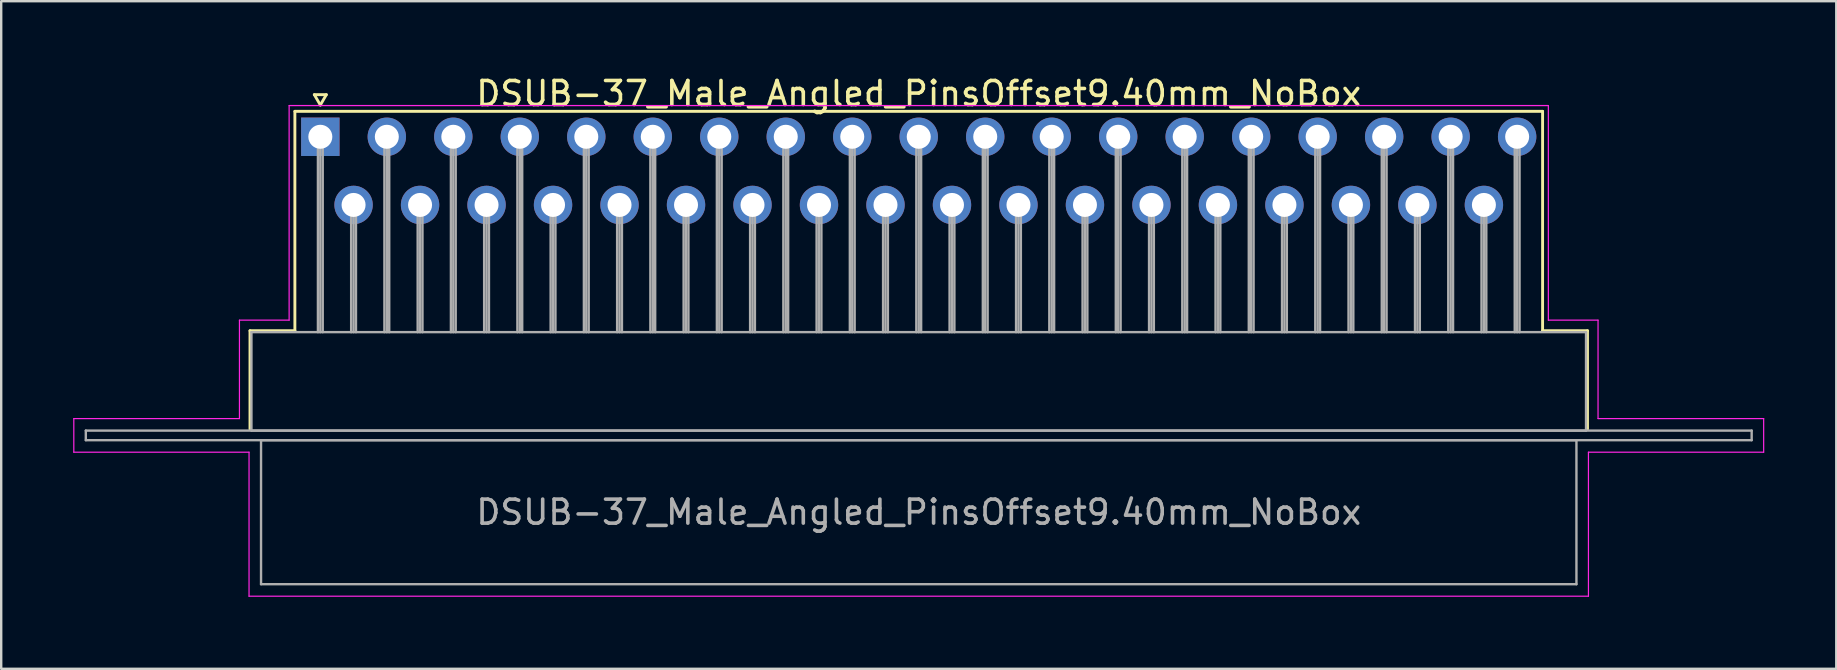
<source format=kicad_pcb>
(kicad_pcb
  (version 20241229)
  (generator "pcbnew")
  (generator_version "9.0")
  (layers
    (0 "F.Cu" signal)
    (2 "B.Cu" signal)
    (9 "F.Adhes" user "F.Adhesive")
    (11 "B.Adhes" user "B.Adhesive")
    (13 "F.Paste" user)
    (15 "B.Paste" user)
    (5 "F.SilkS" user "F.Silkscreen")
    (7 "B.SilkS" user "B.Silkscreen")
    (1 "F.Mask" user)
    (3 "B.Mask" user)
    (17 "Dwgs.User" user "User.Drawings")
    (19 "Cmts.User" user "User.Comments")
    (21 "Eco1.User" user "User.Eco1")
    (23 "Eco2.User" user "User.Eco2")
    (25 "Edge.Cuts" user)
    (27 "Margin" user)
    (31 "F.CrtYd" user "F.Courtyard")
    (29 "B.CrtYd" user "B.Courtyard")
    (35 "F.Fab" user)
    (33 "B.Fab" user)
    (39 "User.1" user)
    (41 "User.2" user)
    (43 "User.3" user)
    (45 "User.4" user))
  (footprint "DSUB-37_Male_Angled_PinsOffset9.40mm_NoBox"
    (layer "F.Cu")
    (at 10.295 2.648)
    (property "Reference" "DSUB-37_Male_Angled_PinsOffset9.40mm_NoBox" (at 24.93 -1.8 0) (layer "F.SilkS") (effects (font (size 1 1) (thickness 0.15))))
    (attr through_hole)
    (fp_line (start -2.93 8.08) (end -1.06 8.08) (stroke (width 0.12) (type solid)) (layer "F.SilkS"))
    (fp_line (start -2.93 12.18) (end -2.93 8.08) (stroke (width 0.12) (type solid)) (layer "F.SilkS"))
    (fp_line (start -1.06 -1.06) (end 50.92 -1.06) (stroke (width 0.12) (type solid)) (layer "F.SilkS"))
    (fp_line (start -1.06 8.08) (end -1.06 -1.06) (stroke (width 0.12) (type solid)) (layer "F.SilkS"))
    (fp_line (start -0.25 -1.754) (end 0.25 -1.754) (stroke (width 0.12) (type solid)) (layer "F.SilkS"))
    (fp_line (start 0 -1.321) (end -0.25 -1.754) (stroke (width 0.12) (type solid)) (layer "F.SilkS"))
    (fp_line (start 0.25 -1.754) (end 0 -1.321) (stroke (width 0.12) (type solid)) (layer "F.SilkS"))
    (fp_line (start 50.92 -1.06) (end 50.92 8.08) (stroke (width 0.12) (type solid)) (layer "F.SilkS"))
    (fp_line (start 50.92 8.08) (end 52.79 8.08) (stroke (width 0.12) (type solid)) (layer "F.SilkS"))
    (fp_line (start 52.79 8.08) (end 52.79 12.18) (stroke (width 0.12) (type solid)) (layer "F.SilkS"))
    (fp_line (start -10.27 11.74) (end -3.37 11.74) (stroke (width 0.05) (type solid)) (layer "F.CrtYd"))
    (fp_line (start -10.27 13.14) (end -10.27 11.74) (stroke (width 0.05) (type solid)) (layer "F.CrtYd"))
    (fp_line (start -3.37 7.64) (end -1.3 7.64) (stroke (width 0.05) (type solid)) (layer "F.CrtYd"))
    (fp_line (start -3.37 11.74) (end -3.37 7.64) (stroke (width 0.05) (type solid)) (layer "F.CrtYd"))
    (fp_line (start -2.97 13.14) (end -10.27 13.14) (stroke (width 0.05) (type solid)) (layer "F.CrtYd"))
    (fp_line (start -2.97 19.14) (end -2.97 13.14) (stroke (width 0.05) (type solid)) (layer "F.CrtYd"))
    (fp_line (start -1.3 -1.3) (end 51.16 -1.3) (stroke (width 0.05) (type solid)) (layer "F.CrtYd"))
    (fp_line (start -1.3 7.64) (end -1.3 -1.3) (stroke (width 0.05) (type solid)) (layer "F.CrtYd"))
    (fp_line (start 51.16 -1.3) (end 51.16 7.64) (stroke (width 0.05) (type solid)) (layer "F.CrtYd"))
    (fp_line (start 51.16 7.64) (end 53.23 7.64) (stroke (width 0.05) (type solid)) (layer "F.CrtYd"))
    (fp_line (start 52.83 13.14) (end 52.83 19.14) (stroke (width 0.05) (type solid)) (layer "F.CrtYd"))
    (fp_line (start 52.83 19.14) (end -2.97 19.14) (stroke (width 0.05) (type solid)) (layer "F.CrtYd"))
    (fp_line (start 53.23 7.64) (end 53.23 11.74) (stroke (width 0.05) (type solid)) (layer "F.CrtYd"))
    (fp_line (start 53.23 11.74) (end 60.13 11.74) (stroke (width 0.05) (type solid)) (layer "F.CrtYd"))
    (fp_line (start 60.13 11.74) (end 60.13 13.14) (stroke (width 0.05) (type solid)) (layer "F.CrtYd"))
    (fp_line (start 60.13 13.14) (end 52.83 13.14) (stroke (width 0.05) (type solid)) (layer "F.CrtYd"))
    (fp_line (start -9.77 12.24) (end -9.77 12.64) (stroke (width 0.1) (type solid)) (layer "F.Fab"))
    (fp_line (start -9.77 12.64) (end 59.63 12.64) (stroke (width 0.1) (type solid)) (layer "F.Fab"))
    (fp_line (start -2.87 8.14) (end -2.87 12.24) (stroke (width 0.1) (type solid)) (layer "F.Fab"))
    (fp_line (start -2.87 12.24) (end 52.73 12.24) (stroke (width 0.1) (type solid)) (layer "F.Fab"))
    (fp_line (start -2.47 12.64) (end -2.47 18.64) (stroke (width 0.1) (type solid)) (layer "F.Fab"))
    (fp_line (start -2.47 18.64) (end 52.33 18.64) (stroke (width 0.1) (type solid)) (layer "F.Fab"))
    (fp_line (start -0.1 0) (end -0.1 8.14) (stroke (width 0.1) (type solid)) (layer "F.Fab"))
    (fp_line (start 0 0) (end 0 8.14) (stroke (width 0.1) (type solid)) (layer "F.Fab"))
    (fp_line (start 0.1 0) (end 0.1 8.14) (stroke (width 0.1) (type solid)) (layer "F.Fab"))
    (fp_line (start 1.285 2.84) (end 1.285 8.14) (stroke (width 0.1) (type solid)) (layer "F.Fab"))
    (fp_line (start 1.385 2.84) (end 1.385 8.14) (stroke (width 0.1) (type solid)) (layer "F.Fab"))
    (fp_line (start 1.485 2.84) (end 1.485 8.14) (stroke (width 0.1) (type solid)) (layer "F.Fab"))
    (fp_line (start 2.67 0) (end 2.67 8.14) (stroke (width 0.1) (type solid)) (layer "F.Fab"))
    (fp_line (start 2.77 0) (end 2.77 8.14) (stroke (width 0.1) (type solid)) (layer "F.Fab"))
    (fp_line (start 2.87 0) (end 2.87 8.14) (stroke (width 0.1) (type solid)) (layer "F.Fab"))
    (fp_line (start 4.055 2.84) (end 4.055 8.14) (stroke (width 0.1) (type solid)) (layer "F.Fab"))
    (fp_line (start 4.155 2.84) (end 4.155 8.14) (stroke (width 0.1) (type solid)) (layer "F.Fab"))
    (fp_line (start 4.255 2.84) (end 4.255 8.14) (stroke (width 0.1) (type solid)) (layer "F.Fab"))
    (fp_line (start 5.44 0) (end 5.44 8.14) (stroke (width 0.1) (type solid)) (layer "F.Fab"))
    (fp_line (start 5.54 0) (end 5.54 8.14) (stroke (width 0.1) (type solid)) (layer "F.Fab"))
    (fp_line (start 5.64 0) (end 5.64 8.14) (stroke (width 0.1) (type solid)) (layer "F.Fab"))
    (fp_line (start 6.825 2.84) (end 6.825 8.14) (stroke (width 0.1) (type solid)) (layer "F.Fab"))
    (fp_line (start 6.925 2.84) (end 6.925 8.14) (stroke (width 0.1) (type solid)) (layer "F.Fab"))
    (fp_line (start 7.025 2.84) (end 7.025 8.14) (stroke (width 0.1) (type solid)) (layer "F.Fab"))
    (fp_line (start 8.21 0) (end 8.21 8.14) (stroke (width 0.1) (type solid)) (layer "F.Fab"))
    (fp_line (start 8.31 0) (end 8.31 8.14) (stroke (width 0.1) (type solid)) (layer "F.Fab"))
    (fp_line (start 8.41 0) (end 8.41 8.14) (stroke (width 0.1) (type solid)) (layer "F.Fab"))
    (fp_line (start 9.595 2.84) (end 9.595 8.14) (stroke (width 0.1) (type solid)) (layer "F.Fab"))
    (fp_line (start 9.695 2.84) (end 9.695 8.14) (stroke (width 0.1) (type solid)) (layer "F.Fab"))
    (fp_line (start 9.795 2.84) (end 9.795 8.14) (stroke (width 0.1) (type solid)) (layer "F.Fab"))
    (fp_line (start 10.98 0) (end 10.98 8.14) (stroke (width 0.1) (type solid)) (layer "F.Fab"))
    (fp_line (start 11.08 0) (end 11.08 8.14) (stroke (width 0.1) (type solid)) (layer "F.Fab"))
    (fp_line (start 11.18 0) (end 11.18 8.14) (stroke (width 0.1) (type solid)) (layer "F.Fab"))
    (fp_line (start 12.365 2.84) (end 12.365 8.14) (stroke (width 0.1) (type solid)) (layer "F.Fab"))
    (fp_line (start 12.465 2.84) (end 12.465 8.14) (stroke (width 0.1) (type solid)) (layer "F.Fab"))
    (fp_line (start 12.565 2.84) (end 12.565 8.14) (stroke (width 0.1) (type solid)) (layer "F.Fab"))
    (fp_line (start 13.75 0) (end 13.75 8.14) (stroke (width 0.1) (type solid)) (layer "F.Fab"))
    (fp_line (start 13.85 0) (end 13.85 8.14) (stroke (width 0.1) (type solid)) (layer "F.Fab"))
    (fp_line (start 13.95 0) (end 13.95 8.14) (stroke (width 0.1) (type solid)) (layer "F.Fab"))
    (fp_line (start 15.135 2.84) (end 15.135 8.14) (stroke (width 0.1) (type solid)) (layer "F.Fab"))
    (fp_line (start 15.235 2.84) (end 15.235 8.14) (stroke (width 0.1) (type solid)) (layer "F.Fab"))
    (fp_line (start 15.335 2.84) (end 15.335 8.14) (stroke (width 0.1) (type solid)) (layer "F.Fab"))
    (fp_line (start 16.52 0) (end 16.52 8.14) (stroke (width 0.1) (type solid)) (layer "F.Fab"))
    (fp_line (start 16.62 0) (end 16.62 8.14) (stroke (width 0.1) (type solid)) (layer "F.Fab"))
    (fp_line (start 16.72 0) (end 16.72 8.14) (stroke (width 0.1) (type solid)) (layer "F.Fab"))
    (fp_line (start 17.905 2.84) (end 17.905 8.14) (stroke (width 0.1) (type solid)) (layer "F.Fab"))
    (fp_line (start 18.005 2.84) (end 18.005 8.14) (stroke (width 0.1) (type solid)) (layer "F.Fab"))
    (fp_line (start 18.105 2.84) (end 18.105 8.14) (stroke (width 0.1) (type solid)) (layer "F.Fab"))
    (fp_line (start 19.29 0) (end 19.29 8.14) (stroke (width 0.1) (type solid)) (layer "F.Fab"))
    (fp_line (start 19.39 0) (end 19.39 8.14) (stroke (width 0.1) (type solid)) (layer "F.Fab"))
    (fp_line (start 19.49 0) (end 19.49 8.14) (stroke (width 0.1) (type solid)) (layer "F.Fab"))
    (fp_line (start 20.675 2.84) (end 20.675 8.14) (stroke (width 0.1) (type solid)) (layer "F.Fab"))
    (fp_line (start 20.775 2.84) (end 20.775 8.14) (stroke (width 0.1) (type solid)) (layer "F.Fab"))
    (fp_line (start 20.875 2.84) (end 20.875 8.14) (stroke (width 0.1) (type solid)) (layer "F.Fab"))
    (fp_line (start 22.06 0) (end 22.06 8.14) (stroke (width 0.1) (type solid)) (layer "F.Fab"))
    (fp_line (start 22.16 0) (end 22.16 8.14) (stroke (width 0.1) (type solid)) (layer "F.Fab"))
    (fp_line (start 22.26 0) (end 22.26 8.14) (stroke (width 0.1) (type solid)) (layer "F.Fab"))
    (fp_line (start 23.445 2.84) (end 23.445 8.14) (stroke (width 0.1) (type solid)) (layer "F.Fab"))
    (fp_line (start 23.545 2.84) (end 23.545 8.14) (stroke (width 0.1) (type solid)) (layer "F.Fab"))
    (fp_line (start 23.645 2.84) (end 23.645 8.14) (stroke (width 0.1) (type solid)) (layer "F.Fab"))
    (fp_line (start 24.83 0) (end 24.83 8.14) (stroke (width 0.1) (type solid)) (layer "F.Fab"))
    (fp_line (start 24.93 0) (end 24.93 8.14) (stroke (width 0.1) (type solid)) (layer "F.Fab"))
    (fp_line (start 25.03 0) (end 25.03 8.14) (stroke (width 0.1) (type solid)) (layer "F.Fab"))
    (fp_line (start 26.215 2.84) (end 26.215 8.14) (stroke (width 0.1) (type solid)) (layer "F.Fab"))
    (fp_line (start 26.315 2.84) (end 26.315 8.14) (stroke (width 0.1) (type solid)) (layer "F.Fab"))
    (fp_line (start 26.415 2.84) (end 26.415 8.14) (stroke (width 0.1) (type solid)) (layer "F.Fab"))
    (fp_line (start 27.6 0) (end 27.6 8.14) (stroke (width 0.1) (type solid)) (layer "F.Fab"))
    (fp_line (start 27.7 0) (end 27.7 8.14) (stroke (width 0.1) (type solid)) (layer "F.Fab"))
    (fp_line (start 27.8 0) (end 27.8 8.14) (stroke (width 0.1) (type solid)) (layer "F.Fab"))
    (fp_line (start 28.985 2.84) (end 28.985 8.14) (stroke (width 0.1) (type solid)) (layer "F.Fab"))
    (fp_line (start 29.085 2.84) (end 29.085 8.14) (stroke (width 0.1) (type solid)) (layer "F.Fab"))
    (fp_line (start 29.185 2.84) (end 29.185 8.14) (stroke (width 0.1) (type solid)) (layer "F.Fab"))
    (fp_line (start 30.37 0) (end 30.37 8.14) (stroke (width 0.1) (type solid)) (layer "F.Fab"))
    (fp_line (start 30.47 0) (end 30.47 8.14) (stroke (width 0.1) (type solid)) (layer "F.Fab"))
    (fp_line (start 30.57 0) (end 30.57 8.14) (stroke (width 0.1) (type solid)) (layer "F.Fab"))
    (fp_line (start 31.755 2.84) (end 31.755 8.14) (stroke (width 0.1) (type solid)) (layer "F.Fab"))
    (fp_line (start 31.855 2.84) (end 31.855 8.14) (stroke (width 0.1) (type solid)) (layer "F.Fab"))
    (fp_line (start 31.955 2.84) (end 31.955 8.14) (stroke (width 0.1) (type solid)) (layer "F.Fab"))
    (fp_line (start 33.14 0) (end 33.14 8.14) (stroke (width 0.1) (type solid)) (layer "F.Fab"))
    (fp_line (start 33.24 0) (end 33.24 8.14) (stroke (width 0.1) (type solid)) (layer "F.Fab"))
    (fp_line (start 33.34 0) (end 33.34 8.14) (stroke (width 0.1) (type solid)) (layer "F.Fab"))
    (fp_line (start 34.525 2.84) (end 34.525 8.14) (stroke (width 0.1) (type solid)) (layer "F.Fab"))
    (fp_line (start 34.625 2.84) (end 34.625 8.14) (stroke (width 0.1) (type solid)) (layer "F.Fab"))
    (fp_line (start 34.725 2.84) (end 34.725 8.14) (stroke (width 0.1) (type solid)) (layer "F.Fab"))
    (fp_line (start 35.91 0) (end 35.91 8.14) (stroke (width 0.1) (type solid)) (layer "F.Fab"))
    (fp_line (start 36.01 0) (end 36.01 8.14) (stroke (width 0.1) (type solid)) (layer "F.Fab"))
    (fp_line (start 36.11 0) (end 36.11 8.14) (stroke (width 0.1) (type solid)) (layer "F.Fab"))
    (fp_line (start 37.295 2.84) (end 37.295 8.14) (stroke (width 0.1) (type solid)) (layer "F.Fab"))
    (fp_line (start 37.395 2.84) (end 37.395 8.14) (stroke (width 0.1) (type solid)) (layer "F.Fab"))
    (fp_line (start 37.495 2.84) (end 37.495 8.14) (stroke (width 0.1) (type solid)) (layer "F.Fab"))
    (fp_line (start 38.68 0) (end 38.68 8.14) (stroke (width 0.1) (type solid)) (layer "F.Fab"))
    (fp_line (start 38.78 0) (end 38.78 8.14) (stroke (width 0.1) (type solid)) (layer "F.Fab"))
    (fp_line (start 38.88 0) (end 38.88 8.14) (stroke (width 0.1) (type solid)) (layer "F.Fab"))
    (fp_line (start 40.065 2.84) (end 40.065 8.14) (stroke (width 0.1) (type solid)) (layer "F.Fab"))
    (fp_line (start 40.165 2.84) (end 40.165 8.14) (stroke (width 0.1) (type solid)) (layer "F.Fab"))
    (fp_line (start 40.265 2.84) (end 40.265 8.14) (stroke (width 0.1) (type solid)) (layer "F.Fab"))
    (fp_line (start 41.45 0) (end 41.45 8.14) (stroke (width 0.1) (type solid)) (layer "F.Fab"))
    (fp_line (start 41.55 0) (end 41.55 8.14) (stroke (width 0.1) (type solid)) (layer "F.Fab"))
    (fp_line (start 41.65 0) (end 41.65 8.14) (stroke (width 0.1) (type solid)) (layer "F.Fab"))
    (fp_line (start 42.835 2.84) (end 42.835 8.14) (stroke (width 0.1) (type solid)) (layer "F.Fab"))
    (fp_line (start 42.935 2.84) (end 42.935 8.14) (stroke (width 0.1) (type solid)) (layer "F.Fab"))
    (fp_line (start 43.035 2.84) (end 43.035 8.14) (stroke (width 0.1) (type solid)) (layer "F.Fab"))
    (fp_line (start 44.22 0) (end 44.22 8.14) (stroke (width 0.1) (type solid)) (layer "F.Fab"))
    (fp_line (start 44.32 0) (end 44.32 8.14) (stroke (width 0.1) (type solid)) (layer "F.Fab"))
    (fp_line (start 44.42 0) (end 44.42 8.14) (stroke (width 0.1) (type solid)) (layer "F.Fab"))
    (fp_line (start 45.605 2.84) (end 45.605 8.14) (stroke (width 0.1) (type solid)) (layer "F.Fab"))
    (fp_line (start 45.705 2.84) (end 45.705 8.14) (stroke (width 0.1) (type solid)) (layer "F.Fab"))
    (fp_line (start 45.805 2.84) (end 45.805 8.14) (stroke (width 0.1) (type solid)) (layer "F.Fab"))
    (fp_line (start 46.99 0) (end 46.99 8.14) (stroke (width 0.1) (type solid)) (layer "F.Fab"))
    (fp_line (start 47.09 0) (end 47.09 8.14) (stroke (width 0.1) (type solid)) (layer "F.Fab"))
    (fp_line (start 47.19 0) (end 47.19 8.14) (stroke (width 0.1) (type solid)) (layer "F.Fab"))
    (fp_line (start 48.375 2.84) (end 48.375 8.14) (stroke (width 0.1) (type solid)) (layer "F.Fab"))
    (fp_line (start 48.475 2.84) (end 48.475 8.14) (stroke (width 0.1) (type solid)) (layer "F.Fab"))
    (fp_line (start 48.575 2.84) (end 48.575 8.14) (stroke (width 0.1) (type solid)) (layer "F.Fab"))
    (fp_line (start 49.76 0) (end 49.76 8.14) (stroke (width 0.1) (type solid)) (layer "F.Fab"))
    (fp_line (start 49.86 0) (end 49.86 8.14) (stroke (width 0.1) (type solid)) (layer "F.Fab"))
    (fp_line (start 49.96 0) (end 49.96 8.14) (stroke (width 0.1) (type solid)) (layer "F.Fab"))
    (fp_line (start 52.33 12.64) (end -2.47 12.64) (stroke (width 0.1) (type solid)) (layer "F.Fab"))
    (fp_line (start 52.33 18.64) (end 52.33 12.64) (stroke (width 0.1) (type solid)) (layer "F.Fab"))
    (fp_line (start 52.73 8.14) (end -2.87 8.14) (stroke (width 0.1) (type solid)) (layer "F.Fab"))
    (fp_line (start 52.73 12.24) (end 52.73 8.14) (stroke (width 0.1) (type solid)) (layer "F.Fab"))
    (fp_line (start 59.63 12.24) (end -9.77 12.24) (stroke (width 0.1) (type solid)) (layer "F.Fab"))
    (fp_line (start 59.63 12.64) (end 59.63 12.24) (stroke (width 0.1) (type solid)) (layer "F.Fab"))
    (fp_text user "${REFERENCE}" (at 24.93 15.64 0) (layer "F.Fab") (effects (font (size 1 1) (thickness 0.15))))
    (pad "1" thru_hole rect (at 0 0) (size 1.6 1.6) (drill 1) (layers "*.Cu" "*.Mask"))
    (pad "2" thru_hole circle (at 2.77 0) (size 1.6 1.6) (drill 1) (layers "*.Cu" "*.Mask"))
    (pad "3" thru_hole circle (at 5.54 0) (size 1.6 1.6) (drill 1) (layers "*.Cu" "*.Mask"))
    (pad "4" thru_hole circle (at 8.31 0) (size 1.6 1.6) (drill 1) (layers "*.Cu" "*.Mask"))
    (pad "5" thru_hole circle (at 11.08 0) (size 1.6 1.6) (drill 1) (layers "*.Cu" "*.Mask"))
    (pad "6" thru_hole circle (at 13.85 0) (size 1.6 1.6) (drill 1) (layers "*.Cu" "*.Mask"))
    (pad "7" thru_hole circle (at 16.62 0) (size 1.6 1.6) (drill 1) (layers "*.Cu" "*.Mask"))
    (pad "8" thru_hole circle (at 19.39 0) (size 1.6 1.6) (drill 1) (layers "*.Cu" "*.Mask"))
    (pad "9" thru_hole circle (at 22.16 0) (size 1.6 1.6) (drill 1) (layers "*.Cu" "*.Mask"))
    (pad "10" thru_hole circle (at 24.93 0) (size 1.6 1.6) (drill 1) (layers "*.Cu" "*.Mask"))
    (pad "11" thru_hole circle (at 27.7 0) (size 1.6 1.6) (drill 1) (layers "*.Cu" "*.Mask"))
    (pad "12" thru_hole circle (at 30.47 0) (size 1.6 1.6) (drill 1) (layers "*.Cu" "*.Mask"))
    (pad "13" thru_hole circle (at 33.24 0) (size 1.6 1.6) (drill 1) (layers "*.Cu" "*.Mask"))
    (pad "14" thru_hole circle (at 36.01 0) (size 1.6 1.6) (drill 1) (layers "*.Cu" "*.Mask"))
    (pad "15" thru_hole circle (at 38.78 0) (size 1.6 1.6) (drill 1) (layers "*.Cu" "*.Mask"))
    (pad "16" thru_hole circle (at 41.55 0) (size 1.6 1.6) (drill 1) (layers "*.Cu" "*.Mask"))
    (pad "17" thru_hole circle (at 44.32 0) (size 1.6 1.6) (drill 1) (layers "*.Cu" "*.Mask"))
    (pad "18" thru_hole circle (at 47.09 0) (size 1.6 1.6) (drill 1) (layers "*.Cu" "*.Mask"))
    (pad "19" thru_hole circle (at 49.86 0) (size 1.6 1.6) (drill 1) (layers "*.Cu" "*.Mask"))
    (pad "20" thru_hole circle (at 1.385 2.84) (size 1.6 1.6) (drill 1) (layers "*.Cu" "*.Mask"))
    (pad "21" thru_hole circle (at 4.155 2.84) (size 1.6 1.6) (drill 1) (layers "*.Cu" "*.Mask"))
    (pad "22" thru_hole circle (at 6.925 2.84) (size 1.6 1.6) (drill 1) (layers "*.Cu" "*.Mask"))
    (pad "23" thru_hole circle (at 9.695 2.84) (size 1.6 1.6) (drill 1) (layers "*.Cu" "*.Mask"))
    (pad "24" thru_hole circle (at 12.465 2.84) (size 1.6 1.6) (drill 1) (layers "*.Cu" "*.Mask"))
    (pad "25" thru_hole circle (at 15.235 2.84) (size 1.6 1.6) (drill 1) (layers "*.Cu" "*.Mask"))
    (pad "26" thru_hole circle (at 18.005 2.84) (size 1.6 1.6) (drill 1) (layers "*.Cu" "*.Mask"))
    (pad "27" thru_hole circle (at 20.775 2.84) (size 1.6 1.6) (drill 1) (layers "*.Cu" "*.Mask"))
    (pad "28" thru_hole circle (at 23.545 2.84) (size 1.6 1.6) (drill 1) (layers "*.Cu" "*.Mask"))
    (pad "29" thru_hole circle (at 26.315 2.84) (size 1.6 1.6) (drill 1) (layers "*.Cu" "*.Mask"))
    (pad "30" thru_hole circle (at 29.085 2.84) (size 1.6 1.6) (drill 1) (layers "*.Cu" "*.Mask"))
    (pad "31" thru_hole circle (at 31.855 2.84) (size 1.6 1.6) (drill 1) (layers "*.Cu" "*.Mask"))
    (pad "32" thru_hole circle (at 34.625 2.84) (size 1.6 1.6) (drill 1) (layers "*.Cu" "*.Mask"))
    (pad "33" thru_hole circle (at 37.395 2.84) (size 1.6 1.6) (drill 1) (layers "*.Cu" "*.Mask"))
    (pad "34" thru_hole circle (at 40.165 2.84) (size 1.6 1.6) (drill 1) (layers "*.Cu" "*.Mask"))
    (pad "35" thru_hole circle (at 42.935 2.84) (size 1.6 1.6) (drill 1) (layers "*.Cu" "*.Mask"))
    (pad "36" thru_hole circle (at 45.705 2.84) (size 1.6 1.6) (drill 1) (layers "*.Cu" "*.Mask"))
    (pad "37" thru_hole circle (at 48.475 2.84) (size 1.6 1.6) (drill 1) (layers "*.Cu" "*.Mask")))
  (gr_rect
    (start -3 -3)
    (end 73.45 24.813)
    (stroke (width 0.1) (type default))
    (fill no)
    (layer "Edge.Cuts")))
</source>
